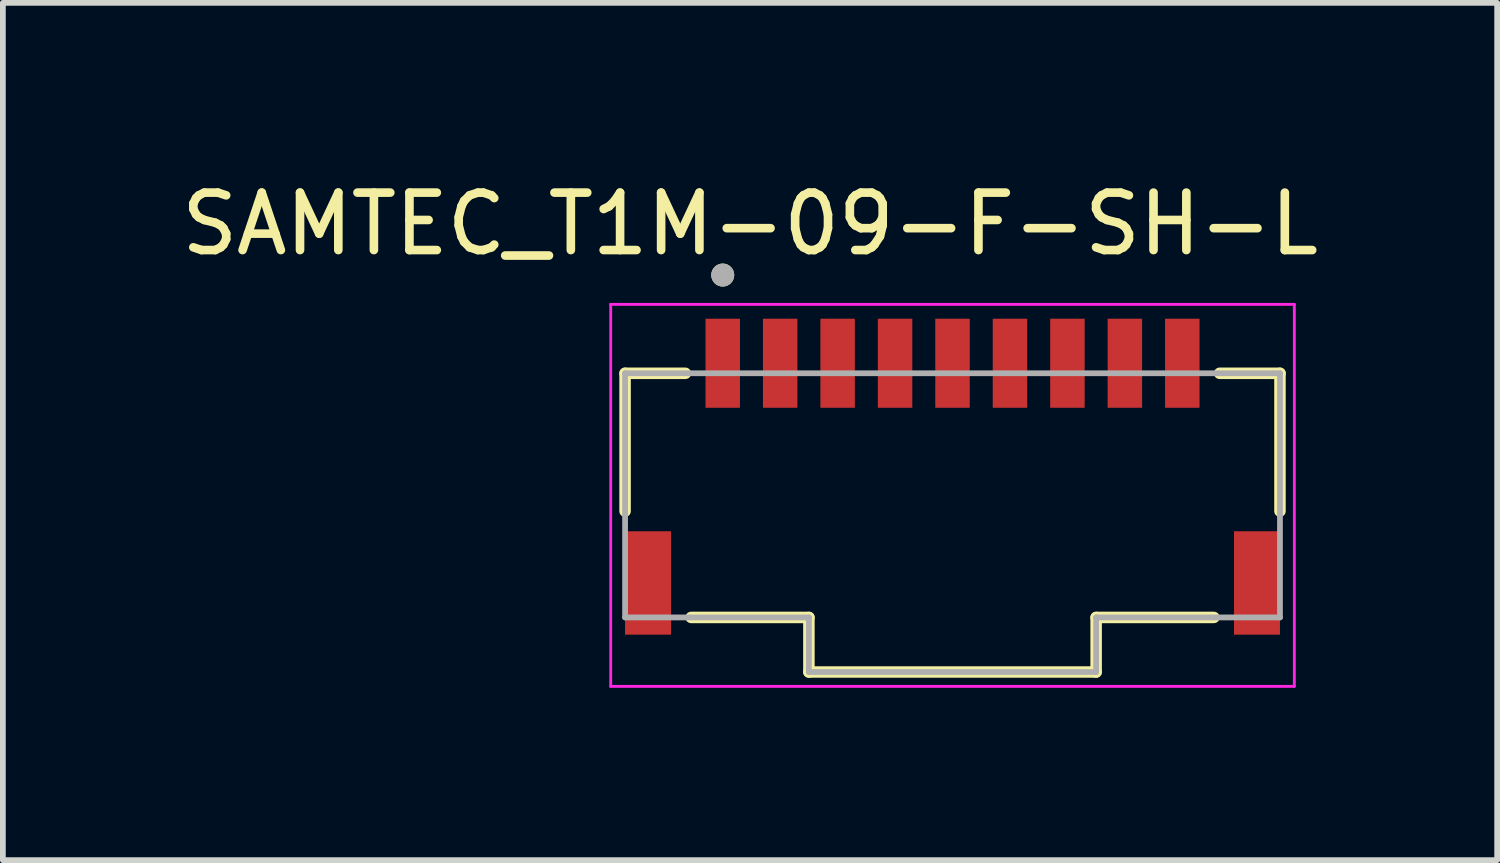
<source format=kicad_pcb>
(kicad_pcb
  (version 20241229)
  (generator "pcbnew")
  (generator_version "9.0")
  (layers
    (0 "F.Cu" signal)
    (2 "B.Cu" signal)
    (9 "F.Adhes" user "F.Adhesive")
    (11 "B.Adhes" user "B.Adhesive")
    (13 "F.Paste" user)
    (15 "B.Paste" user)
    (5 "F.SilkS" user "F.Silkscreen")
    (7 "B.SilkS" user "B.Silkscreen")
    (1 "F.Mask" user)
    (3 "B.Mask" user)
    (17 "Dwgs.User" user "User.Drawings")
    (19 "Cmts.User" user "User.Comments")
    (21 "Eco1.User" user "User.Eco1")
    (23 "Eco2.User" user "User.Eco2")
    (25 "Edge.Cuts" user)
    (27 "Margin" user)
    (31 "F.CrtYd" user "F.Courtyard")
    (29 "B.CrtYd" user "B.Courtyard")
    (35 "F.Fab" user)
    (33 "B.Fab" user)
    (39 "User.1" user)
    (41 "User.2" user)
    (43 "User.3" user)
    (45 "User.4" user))
  (footprint "SAMTEC_T1M-09-F-SH-L"
    (layer "F.Cu")
    (at 13.531 3.273)
    (property "Reference" "SAMTEC_T1M-09-F-SH-L" (at -3.525 -2.425 0) (layer "F.SilkS") (effects (font (size 1 1) (thickness 0.15))))
    (attr smd)
    (fp_line (start -5.7 0.175) (end -5.7 2.575) (stroke (width 0.2) (type solid)) (layer "F.SilkS"))
    (fp_line (start -5.7 0.175) (end -4.65 0.175) (stroke (width 0.2) (type solid)) (layer "F.SilkS"))
    (fp_line (start -4.55 4.425) (end -2.5 4.425) (stroke (width 0.2) (type solid)) (layer "F.SilkS"))
    (fp_line (start -2.5 4.425) (end -2.5 5.375) (stroke (width 0.2) (type solid)) (layer "F.SilkS"))
    (fp_line (start -2.5 5.375) (end 2.5 5.375) (stroke (width 0.2) (type solid)) (layer "F.SilkS"))
    (fp_line (start 2.5 4.425) (end 2.5 5.375) (stroke (width 0.2) (type solid)) (layer "F.SilkS"))
    (fp_line (start 4.55 4.425) (end 2.5 4.425) (stroke (width 0.2) (type solid)) (layer "F.SilkS"))
    (fp_line (start 5.7 0.175) (end 4.65 0.175) (stroke (width 0.2) (type solid)) (layer "F.SilkS"))
    (fp_line (start 5.7 0.175) (end 5.7 2.575) (stroke (width 0.2) (type solid)) (layer "F.SilkS"))
    (fp_circle (center -4 -1.535) (end -3.9 -1.535) (stroke (width 0.2) (type solid)) (fill no) (layer "F.SilkS"))
    (fp_line (start -5.95 -1.025) (end 5.95 -1.025) (stroke (width 0.05) (type solid)) (layer "F.CrtYd"))
    (fp_line (start -5.95 5.625) (end -5.95 -1.025) (stroke (width 0.05) (type solid)) (layer "F.CrtYd"))
    (fp_line (start 5.95 -1.025) (end 5.95 5.625) (stroke (width 0.05) (type solid)) (layer "F.CrtYd"))
    (fp_line (start 5.95 5.625) (end -5.95 5.625) (stroke (width 0.05) (type solid)) (layer "F.CrtYd"))
    (fp_line (start -5.7 0.175) (end -5.7 4.425) (stroke (width 0.1) (type solid)) (layer "F.Fab"))
    (fp_line (start -5.7 0.175) (end 5.7 0.175) (stroke (width 0.1) (type solid)) (layer "F.Fab"))
    (fp_line (start -5.7 4.425) (end -2.5 4.425) (stroke (width 0.1) (type solid)) (layer "F.Fab"))
    (fp_line (start -2.5 4.425) (end -2.5 5.375) (stroke (width 0.1) (type solid)) (layer "F.Fab"))
    (fp_line (start -2.5 5.375) (end 2.5 5.375) (stroke (width 0.1) (type solid)) (layer "F.Fab"))
    (fp_line (start 2.5 4.425) (end 2.5 5.375) (stroke (width 0.1) (type solid)) (layer "F.Fab"))
    (fp_line (start 5.7 0.175) (end 5.7 4.425) (stroke (width 0.1) (type solid)) (layer "F.Fab"))
    (fp_line (start 5.7 4.425) (end 2.5 4.425) (stroke (width 0.1) (type solid)) (layer "F.Fab"))
    (fp_circle (center -4 -1.535) (end -3.9 -1.535) (stroke (width 0.2) (type solid)) (fill no) (layer "F.Fab"))
    (pad "01" smd rect (at -4 0) (size 0.6 1.55) (layers "F.Cu" "F.Mask" "F.Paste"))
    (pad "02" smd rect (at -3 0) (size 0.6 1.55) (layers "F.Cu" "F.Mask" "F.Paste"))
    (pad "03" smd rect (at -2 0) (size 0.6 1.55) (layers "F.Cu" "F.Mask" "F.Paste"))
    (pad "04" smd rect (at -1 0) (size 0.6 1.55) (layers "F.Cu" "F.Mask" "F.Paste"))
    (pad "05" smd rect (at 0 0) (size 0.6 1.55) (layers "F.Cu" "F.Mask" "F.Paste"))
    (pad "06" smd rect (at 1 0) (size 0.6 1.55) (layers "F.Cu" "F.Mask" "F.Paste"))
    (pad "07" smd rect (at 2 0) (size 0.6 1.55) (layers "F.Cu" "F.Mask" "F.Paste"))
    (pad "08" smd rect (at 3 0) (size 0.6 1.55) (layers "F.Cu" "F.Mask" "F.Paste"))
    (pad "09" smd rect (at 4 0) (size 0.6 1.55) (layers "F.Cu" "F.Mask" "F.Paste"))
    (pad "S1" smd rect (at -5.3 3.825) (size 0.8 1.8) (layers "F.Cu" "F.Mask" "F.Paste"))
    (pad "S2" smd rect (at 5.3 3.825) (size 0.8 1.8) (layers "F.Cu" "F.Mask" "F.Paste")))
  (gr_rect
    (start -3 -3)
    (end 23.012 11.923)
    (stroke (width 0.1) (type default))
    (fill no)
    (layer "Edge.Cuts")))
</source>
